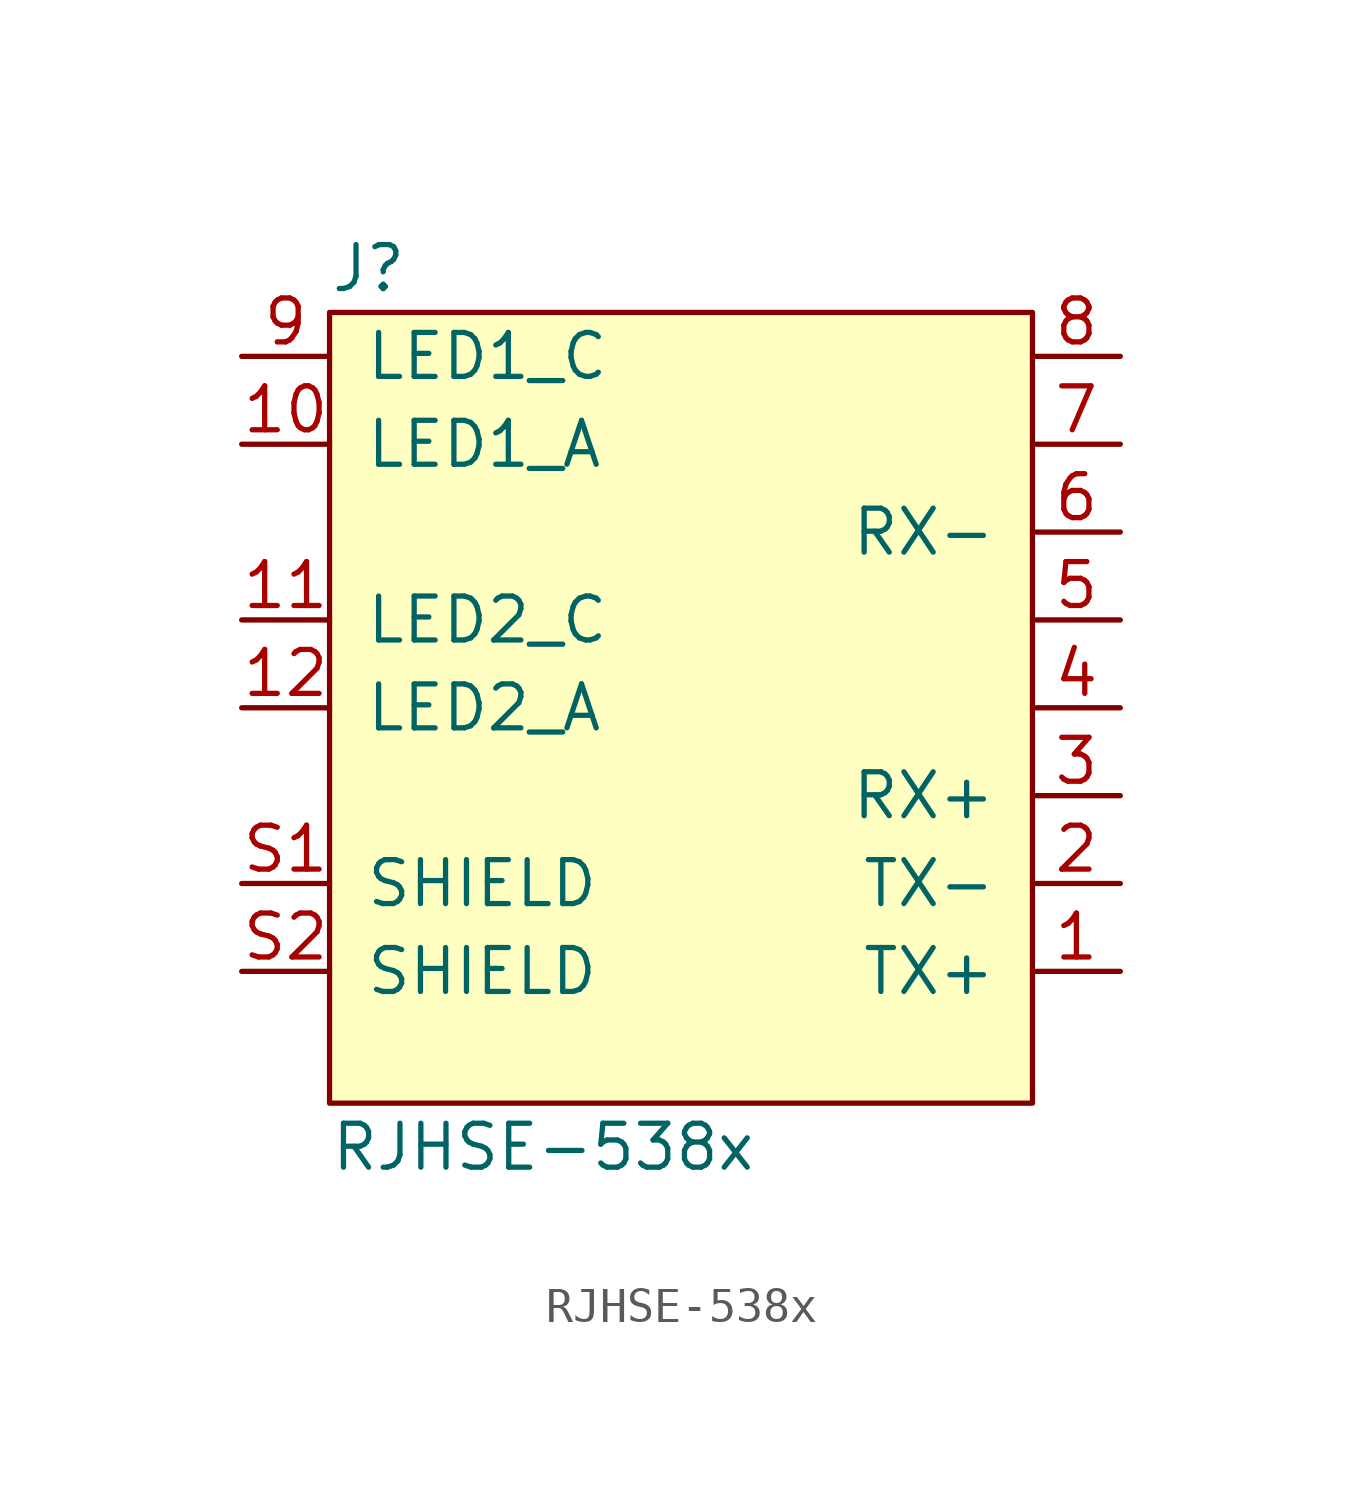
<source format=kicad_sym>
(kicad_symbol_lib
  (version 20211014)
  (generator agg_kicad.build_lib_ic)
  (symbol "RJHSE-538x"
    (pin_names
      (offset 1.016))
    (property Reference J
      (at -10.16 12.7 0)
      (effects (font (size 1.27 1.27)) (justify left)))
    (property Value "RJHSE-538x"
      (at -10.16 -12.7 0)
      (effects (font (size 1.27 1.27)) (justify left)))
    (symbol "RJHSE-538x_0_0"
      (rectangle (start -10.16 11.43) (end 10.16 -11.43) (stroke (width 0) (type default) (color 0 0 0 0)) (fill (type background)))
      (pin passive line (at -12.7 10.16 0) (length 2.54) (name "LED1_C" (effects (font (size 1.27 1.27)))) (number "9" (effects (font (size 1.27 1.27)))))
      (pin passive line (at -12.7 7.62 0) (length 2.54) (name "LED1_A" (effects (font (size 1.27 1.27)))) (number "10" (effects (font (size 1.27 1.27)))))
      (pin passive line (at -12.7 2.54 0) (length 2.54) (name "LED2_C" (effects (font (size 1.27 1.27)))) (number "11" (effects (font (size 1.27 1.27)))))
      (pin passive line (at -12.7 0 0) (length 2.54) (name "LED2_A" (effects (font (size 1.27 1.27)))) (number "12" (effects (font (size 1.27 1.27)))))
      (pin passive line (at -12.7 -5.08 0) (length 2.54) (name SHIELD (effects (font (size 1.27 1.27)))) (number "S1" (effects (font (size 1.27 1.27)))))
      (pin passive line (at -12.7 -7.62 0) (length 2.54) (name SHIELD (effects (font (size 1.27 1.27)))) (number "S2" (effects (font (size 1.27 1.27)))))
      (pin passive line (at 12.7 10.16 180) (length 2.54) (name "~" (effects (font (size 1.27 1.27)))) (number "8" (effects (font (size 1.27 1.27)))))
      (pin passive line (at 12.7 7.62 180) (length 2.54) (name "~" (effects (font (size 1.27 1.27)))) (number "7" (effects (font (size 1.27 1.27)))))
      (pin passive line (at 12.7 5.08 180) (length 2.54) (name "RX-" (effects (font (size 1.27 1.27)))) (number "6" (effects (font (size 1.27 1.27)))))
      (pin passive line (at 12.7 2.54 180) (length 2.54) (name "~" (effects (font (size 1.27 1.27)))) (number "5" (effects (font (size 1.27 1.27)))))
      (pin passive line (at 12.7 0 180) (length 2.54) (name "~" (effects (font (size 1.27 1.27)))) (number "4" (effects (font (size 1.27 1.27)))))
      (pin passive line (at 12.7 -2.54 180) (length 2.54) (name "RX+" (effects (font (size 1.27 1.27)))) (number "3" (effects (font (size 1.27 1.27)))))
      (pin passive line (at 12.7 -5.08 180) (length 2.54) (name "TX-" (effects (font (size 1.27 1.27)))) (number "2" (effects (font (size 1.27 1.27)))))
      (pin passive line (at 12.7 -7.62 180) (length 2.54) (name "TX+" (effects (font (size 1.27 1.27)))) (number "1" (effects (font (size 1.27 1.27))))))))
</source>
